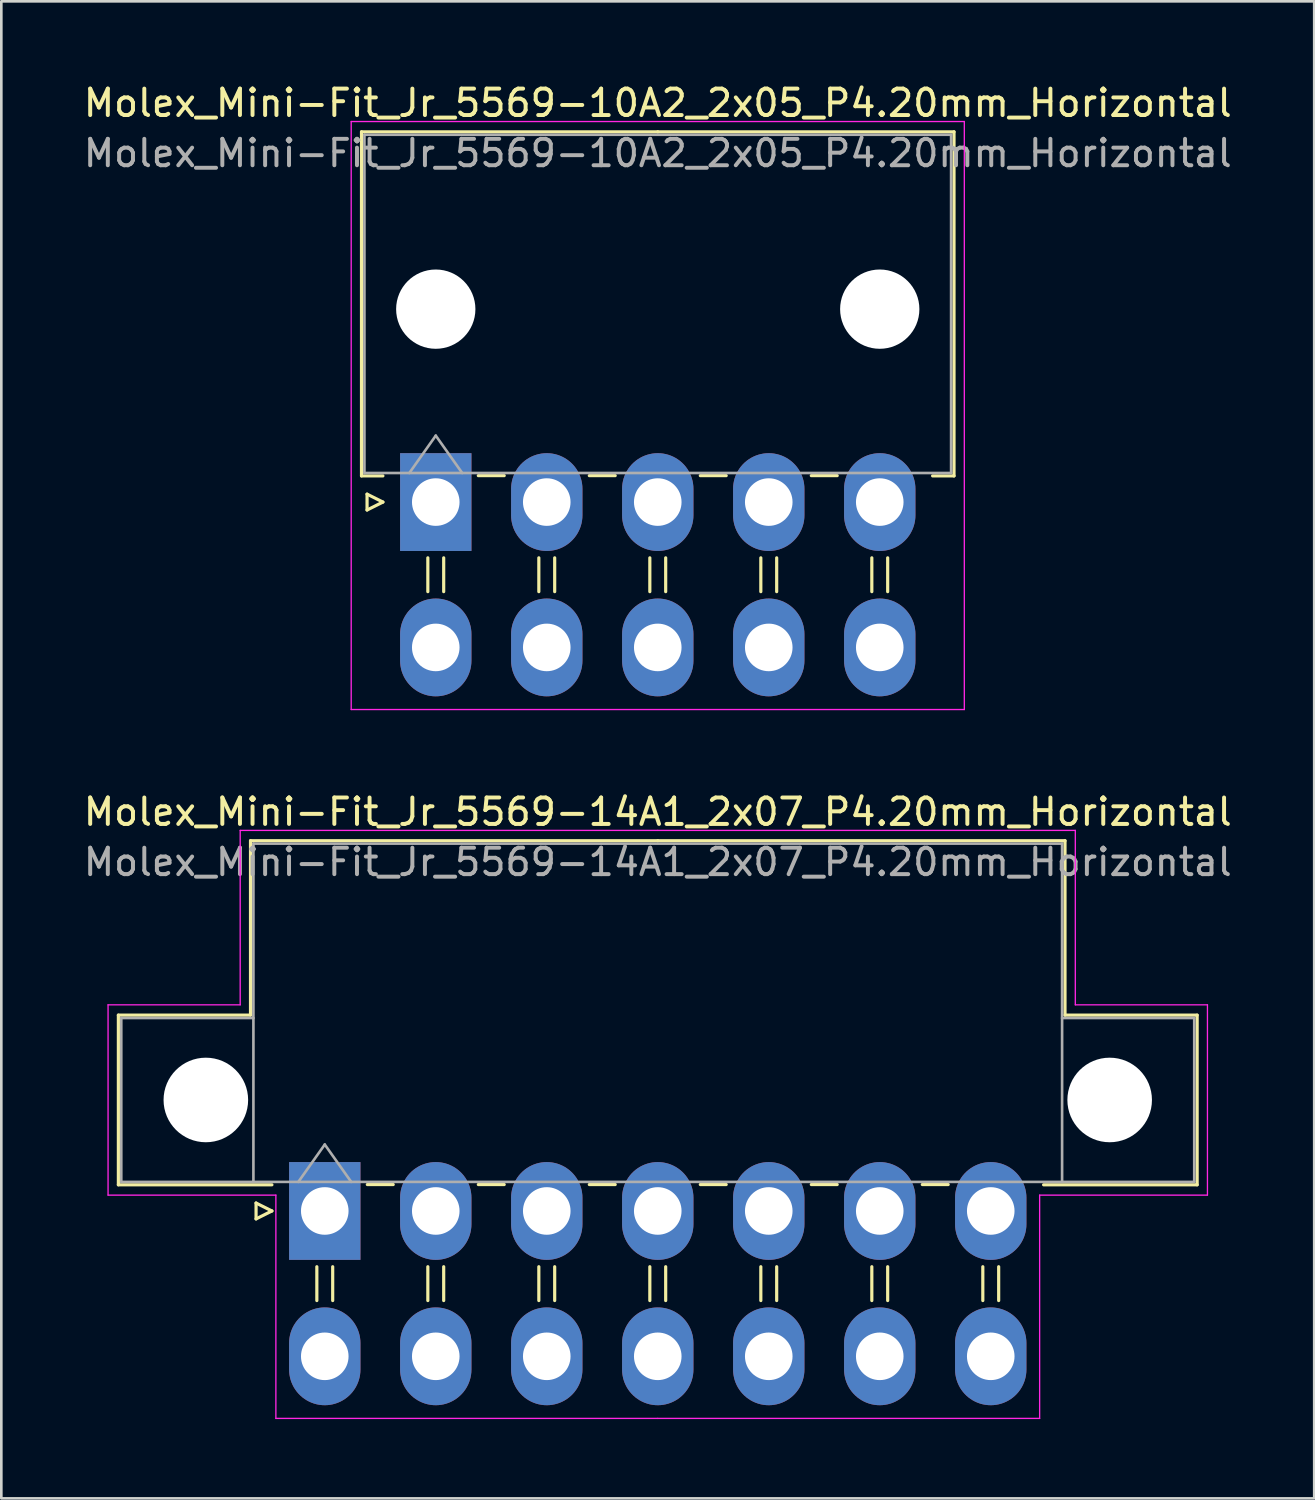
<source format=kicad_pcb>
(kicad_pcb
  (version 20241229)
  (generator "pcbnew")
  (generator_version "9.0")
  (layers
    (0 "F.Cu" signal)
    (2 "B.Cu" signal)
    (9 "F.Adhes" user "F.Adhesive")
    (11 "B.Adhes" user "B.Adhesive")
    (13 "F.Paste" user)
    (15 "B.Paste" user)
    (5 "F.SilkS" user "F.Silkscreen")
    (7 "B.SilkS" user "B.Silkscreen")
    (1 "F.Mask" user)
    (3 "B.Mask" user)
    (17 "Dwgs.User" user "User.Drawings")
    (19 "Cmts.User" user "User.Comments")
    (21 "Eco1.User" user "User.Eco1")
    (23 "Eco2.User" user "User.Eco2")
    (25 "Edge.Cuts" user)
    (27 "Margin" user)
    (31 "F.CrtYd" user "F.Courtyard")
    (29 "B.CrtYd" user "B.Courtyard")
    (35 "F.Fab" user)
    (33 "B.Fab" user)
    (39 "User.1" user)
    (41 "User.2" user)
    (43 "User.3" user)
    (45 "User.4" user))
  (footprint "Molex_Mini-Fit_Jr_5569-14A1_2x07_P4.20mm_Horizontal"
    (layer "F.Cu")
    (at 9.239 42.772)
    (property "Reference" "Molex_Mini-Fit_Jr_5569-14A1_2x07_P4.20mm_Horizontal" (at 12.6 -15.1 0) (layer "F.SilkS") (effects (font (size 1 1) (thickness 0.15))))
    (attr through_hole)
    (fp_line (start -7.81 -7.41) (end -7.81 -0.99) (stroke (width 0.12) (type solid)) (layer "F.SilkS"))
    (fp_line (start -7.81 -0.99) (end -2 -0.99) (stroke (width 0.12) (type solid)) (layer "F.SilkS"))
    (fp_line (start -2.81 -14.01) (end -2.81 -7.41) (stroke (width 0.12) (type solid)) (layer "F.SilkS"))
    (fp_line (start -2.81 -7.41) (end -7.81 -7.41) (stroke (width 0.12) (type solid)) (layer "F.SilkS"))
    (fp_line (start -2.6 -0.3) (end -2 0) (stroke (width 0.12) (type solid)) (layer "F.SilkS"))
    (fp_line (start -2.6 0.3) (end -2.6 -0.3) (stroke (width 0.12) (type solid)) (layer "F.SilkS"))
    (fp_line (start -2 0) (end -2.6 0.3) (stroke (width 0.12) (type solid)) (layer "F.SilkS"))
    (fp_line (start -0.3 2.11) (end -0.3 3.39) (stroke (width 0.12) (type solid)) (layer "F.SilkS"))
    (fp_line (start 0.3 2.11) (end 0.3 3.39) (stroke (width 0.12) (type solid)) (layer "F.SilkS"))
    (fp_line (start 1.61 -1) (end 2.59 -1) (stroke (width 0.12) (type solid)) (layer "F.SilkS"))
    (fp_line (start 3.9 2.11) (end 3.9 3.39) (stroke (width 0.12) (type solid)) (layer "F.SilkS"))
    (fp_line (start 4.5 2.11) (end 4.5 3.39) (stroke (width 0.12) (type solid)) (layer "F.SilkS"))
    (fp_line (start 5.81 -1) (end 6.79 -1) (stroke (width 0.12) (type solid)) (layer "F.SilkS"))
    (fp_line (start 8.1 2.11) (end 8.1 3.39) (stroke (width 0.12) (type solid)) (layer "F.SilkS"))
    (fp_line (start 8.7 2.11) (end 8.7 3.39) (stroke (width 0.12) (type solid)) (layer "F.SilkS"))
    (fp_line (start 10.01 -1) (end 10.99 -1) (stroke (width 0.12) (type solid)) (layer "F.SilkS"))
    (fp_line (start 12.3 2.11) (end 12.3 3.39) (stroke (width 0.12) (type solid)) (layer "F.SilkS"))
    (fp_line (start 12.6 -14.01) (end -2.81 -14.01) (stroke (width 0.12) (type solid)) (layer "F.SilkS"))
    (fp_line (start 12.6 -14.01) (end 28.01 -14.01) (stroke (width 0.12) (type solid)) (layer "F.SilkS"))
    (fp_line (start 12.9 2.11) (end 12.9 3.39) (stroke (width 0.12) (type solid)) (layer "F.SilkS"))
    (fp_line (start 14.21 -1) (end 15.19 -1) (stroke (width 0.12) (type solid)) (layer "F.SilkS"))
    (fp_line (start 16.5 2.11) (end 16.5 3.39) (stroke (width 0.12) (type solid)) (layer "F.SilkS"))
    (fp_line (start 17.1 2.11) (end 17.1 3.39) (stroke (width 0.12) (type solid)) (layer "F.SilkS"))
    (fp_line (start 18.41 -1) (end 19.39 -1) (stroke (width 0.12) (type solid)) (layer "F.SilkS"))
    (fp_line (start 20.7 2.11) (end 20.7 3.39) (stroke (width 0.12) (type solid)) (layer "F.SilkS"))
    (fp_line (start 21.3 2.11) (end 21.3 3.39) (stroke (width 0.12) (type solid)) (layer "F.SilkS"))
    (fp_line (start 22.61 -1) (end 23.59 -1) (stroke (width 0.12) (type solid)) (layer "F.SilkS"))
    (fp_line (start 24.9 2.11) (end 24.9 3.39) (stroke (width 0.12) (type solid)) (layer "F.SilkS"))
    (fp_line (start 25.5 2.11) (end 25.5 3.39) (stroke (width 0.12) (type solid)) (layer "F.SilkS"))
    (fp_line (start 28.01 -14.01) (end 28.01 -7.41) (stroke (width 0.12) (type solid)) (layer "F.SilkS"))
    (fp_line (start 28.01 -7.41) (end 33.01 -7.41) (stroke (width 0.12) (type solid)) (layer "F.SilkS"))
    (fp_line (start 33.01 -7.41) (end 33.01 -0.99) (stroke (width 0.12) (type solid)) (layer "F.SilkS"))
    (fp_line (start 33.01 -0.99) (end 27.2 -0.99) (stroke (width 0.12) (type solid)) (layer "F.SilkS"))
    (fp_line (start -8.2 -7.8) (end -8.2 -0.6) (stroke (width 0.05) (type solid)) (layer "F.CrtYd"))
    (fp_line (start -8.2 -0.6) (end -1.85 -0.6) (stroke (width 0.05) (type solid)) (layer "F.CrtYd"))
    (fp_line (start -3.2 -14.4) (end -3.2 -7.8) (stroke (width 0.05) (type solid)) (layer "F.CrtYd"))
    (fp_line (start -3.2 -7.8) (end -8.2 -7.8) (stroke (width 0.05) (type solid)) (layer "F.CrtYd"))
    (fp_line (start -1.85 -0.6) (end -1.85 7.85) (stroke (width 0.05) (type solid)) (layer "F.CrtYd"))
    (fp_line (start -1.85 7.85) (end 12.6 7.85) (stroke (width 0.05) (type solid)) (layer "F.CrtYd"))
    (fp_line (start 12.6 -14.4) (end -3.2 -14.4) (stroke (width 0.05) (type solid)) (layer "F.CrtYd"))
    (fp_line (start 12.6 -14.4) (end 28.4 -14.4) (stroke (width 0.05) (type solid)) (layer "F.CrtYd"))
    (fp_line (start 27.05 -0.6) (end 27.05 7.85) (stroke (width 0.05) (type solid)) (layer "F.CrtYd"))
    (fp_line (start 27.05 7.85) (end 12.6 7.85) (stroke (width 0.05) (type solid)) (layer "F.CrtYd"))
    (fp_line (start 28.4 -14.4) (end 28.4 -7.8) (stroke (width 0.05) (type solid)) (layer "F.CrtYd"))
    (fp_line (start 28.4 -7.8) (end 33.4 -7.8) (stroke (width 0.05) (type solid)) (layer "F.CrtYd"))
    (fp_line (start 33.4 -7.8) (end 33.4 -0.6) (stroke (width 0.05) (type solid)) (layer "F.CrtYd"))
    (fp_line (start 33.4 -0.6) (end 27.05 -0.6) (stroke (width 0.05) (type solid)) (layer "F.CrtYd"))
    (fp_line (start -7.7 -7.3) (end -7.7 -1.1) (stroke (width 0.1) (type solid)) (layer "F.Fab"))
    (fp_line (start -7.7 -1.1) (end -2.7 -1.1) (stroke (width 0.1) (type solid)) (layer "F.Fab"))
    (fp_line (start -2.7 -13.9) (end -2.7 -1.1) (stroke (width 0.1) (type solid)) (layer "F.Fab"))
    (fp_line (start -2.7 -7.3) (end -7.7 -7.3) (stroke (width 0.1) (type solid)) (layer "F.Fab"))
    (fp_line (start -2.7 -1.1) (end 27.9 -1.1) (stroke (width 0.1) (type solid)) (layer "F.Fab"))
    (fp_line (start -1 -1.1) (end 0 -2.514) (stroke (width 0.1) (type solid)) (layer "F.Fab"))
    (fp_line (start 0 -2.514) (end 1 -1.1) (stroke (width 0.1) (type solid)) (layer "F.Fab"))
    (fp_line (start 27.9 -13.9) (end -2.7 -13.9) (stroke (width 0.1) (type solid)) (layer "F.Fab"))
    (fp_line (start 27.9 -7.3) (end 32.9 -7.3) (stroke (width 0.1) (type solid)) (layer "F.Fab"))
    (fp_line (start 27.9 -1.1) (end 27.9 -13.9) (stroke (width 0.1) (type solid)) (layer "F.Fab"))
    (fp_line (start 32.9 -7.3) (end 32.9 -1.1) (stroke (width 0.1) (type solid)) (layer "F.Fab"))
    (fp_line (start 32.9 -1.1) (end 27.9 -1.1) (stroke (width 0.1) (type solid)) (layer "F.Fab"))
    (fp_text user "${REFERENCE}" (at 12.6 -13.2 0) (layer "F.Fab") (effects (font (size 1 1) (thickness 0.15))))
    (pad "" np_thru_hole circle (at -4.5 -4.2) (size 3.2 3.2) (drill 3.2) (layers "*.Cu" "*.Mask"))
    (pad "" np_thru_hole circle (at 29.7 -4.2) (size 3.2 3.2) (drill 3.2) (layers "*.Cu" "*.Mask"))
    (pad "1" thru_hole rect (at 0 0) (size 2.7 3.7) (drill 1.8) (layers "*.Cu" "*.Mask"))
    (pad "2" thru_hole oval (at 4.2 0) (size 2.7 3.7) (drill 1.8) (layers "*.Cu" "*.Mask"))
    (pad "3" thru_hole oval (at 8.4 0) (size 2.7 3.7) (drill 1.8) (layers "*.Cu" "*.Mask"))
    (pad "4" thru_hole oval (at 12.6 0) (size 2.7 3.7) (drill 1.8) (layers "*.Cu" "*.Mask"))
    (pad "5" thru_hole oval (at 16.8 0) (size 2.7 3.7) (drill 1.8) (layers "*.Cu" "*.Mask"))
    (pad "6" thru_hole oval (at 21 0) (size 2.7 3.7) (drill 1.8) (layers "*.Cu" "*.Mask"))
    (pad "7" thru_hole oval (at 25.2 0) (size 2.7 3.7) (drill 1.8) (layers "*.Cu" "*.Mask"))
    (pad "8" thru_hole oval (at 0 5.5) (size 2.7 3.7) (drill 1.8) (layers "*.Cu" "*.Mask"))
    (pad "9" thru_hole oval (at 4.2 5.5) (size 2.7 3.7) (drill 1.8) (layers "*.Cu" "*.Mask"))
    (pad "10" thru_hole oval (at 8.4 5.5) (size 2.7 3.7) (drill 1.8) (layers "*.Cu" "*.Mask"))
    (pad "11" thru_hole oval (at 12.6 5.5) (size 2.7 3.7) (drill 1.8) (layers "*.Cu" "*.Mask"))
    (pad "12" thru_hole oval (at 16.8 5.5) (size 2.7 3.7) (drill 1.8) (layers "*.Cu" "*.Mask"))
    (pad "13" thru_hole oval (at 21 5.5) (size 2.7 3.7) (drill 1.8) (layers "*.Cu" "*.Mask"))
    (pad "14" thru_hole oval (at 25.2 5.5) (size 2.7 3.7) (drill 1.8) (layers "*.Cu" "*.Mask")))
  (footprint "Molex_Mini-Fit_Jr_5569-10A2_2x05_P4.20mm_Horizontal"
    (layer "F.Cu")
    (at 13.439 15.948)
    (property "Reference" "Molex_Mini-Fit_Jr_5569-10A2_2x05_P4.20mm_Horizontal" (at 8.4 -15.1 0) (layer "F.SilkS") (effects (font (size 1 1) (thickness 0.15))))
    (attr through_hole)
    (fp_line (start -2.81 -14.01) (end 8.4 -14.01) (stroke (width 0.12) (type solid)) (layer "F.SilkS"))
    (fp_line (start -2.81 -0.99) (end -2.81 -14.01) (stroke (width 0.12) (type solid)) (layer "F.SilkS"))
    (fp_line (start -2.6 -0.3) (end -2 0) (stroke (width 0.12) (type solid)) (layer "F.SilkS"))
    (fp_line (start -2.6 0.3) (end -2.6 -0.3) (stroke (width 0.12) (type solid)) (layer "F.SilkS"))
    (fp_line (start -2 -0.99) (end -2.81 -0.99) (stroke (width 0.12) (type solid)) (layer "F.SilkS"))
    (fp_line (start -2 0) (end -2.6 0.3) (stroke (width 0.12) (type solid)) (layer "F.SilkS"))
    (fp_line (start -0.3 2.11) (end -0.3 3.39) (stroke (width 0.12) (type solid)) (layer "F.SilkS"))
    (fp_line (start 0.3 2.11) (end 0.3 3.39) (stroke (width 0.12) (type solid)) (layer "F.SilkS"))
    (fp_line (start 1.61 -1) (end 2.59 -1) (stroke (width 0.12) (type solid)) (layer "F.SilkS"))
    (fp_line (start 3.9 2.11) (end 3.9 3.39) (stroke (width 0.12) (type solid)) (layer "F.SilkS"))
    (fp_line (start 4.5 2.11) (end 4.5 3.39) (stroke (width 0.12) (type solid)) (layer "F.SilkS"))
    (fp_line (start 5.81 -1) (end 6.79 -1) (stroke (width 0.12) (type solid)) (layer "F.SilkS"))
    (fp_line (start 8.1 2.11) (end 8.1 3.39) (stroke (width 0.12) (type solid)) (layer "F.SilkS"))
    (fp_line (start 8.7 2.11) (end 8.7 3.39) (stroke (width 0.12) (type solid)) (layer "F.SilkS"))
    (fp_line (start 10.01 -1) (end 10.99 -1) (stroke (width 0.12) (type solid)) (layer "F.SilkS"))
    (fp_line (start 12.3 2.11) (end 12.3 3.39) (stroke (width 0.12) (type solid)) (layer "F.SilkS"))
    (fp_line (start 12.9 2.11) (end 12.9 3.39) (stroke (width 0.12) (type solid)) (layer "F.SilkS"))
    (fp_line (start 14.21 -1) (end 15.19 -1) (stroke (width 0.12) (type solid)) (layer "F.SilkS"))
    (fp_line (start 16.5 2.11) (end 16.5 3.39) (stroke (width 0.12) (type solid)) (layer "F.SilkS"))
    (fp_line (start 17.1 2.11) (end 17.1 3.39) (stroke (width 0.12) (type solid)) (layer "F.SilkS"))
    (fp_line (start 18.8 -0.99) (end 19.61 -0.99) (stroke (width 0.12) (type solid)) (layer "F.SilkS"))
    (fp_line (start 19.61 -14.01) (end 8.4 -14.01) (stroke (width 0.12) (type solid)) (layer "F.SilkS"))
    (fp_line (start 19.61 -0.99) (end 19.61 -14.01) (stroke (width 0.12) (type solid)) (layer "F.SilkS"))
    (fp_line (start -3.2 -14.4) (end -3.2 7.85) (stroke (width 0.05) (type solid)) (layer "F.CrtYd"))
    (fp_line (start -3.2 7.85) (end 20 7.85) (stroke (width 0.05) (type solid)) (layer "F.CrtYd"))
    (fp_line (start 20 -14.4) (end -3.2 -14.4) (stroke (width 0.05) (type solid)) (layer "F.CrtYd"))
    (fp_line (start 20 7.85) (end 20 -14.4) (stroke (width 0.05) (type solid)) (layer "F.CrtYd"))
    (fp_line (start -2.7 -13.9) (end -2.7 -1.1) (stroke (width 0.1) (type solid)) (layer "F.Fab"))
    (fp_line (start -2.7 -1.1) (end 19.5 -1.1) (stroke (width 0.1) (type solid)) (layer "F.Fab"))
    (fp_line (start -1 -1.1) (end 0 -2.514) (stroke (width 0.1) (type solid)) (layer "F.Fab"))
    (fp_line (start 0 -2.514) (end 1 -1.1) (stroke (width 0.1) (type solid)) (layer "F.Fab"))
    (fp_line (start 19.5 -13.9) (end -2.7 -13.9) (stroke (width 0.1) (type solid)) (layer "F.Fab"))
    (fp_line (start 19.5 -1.1) (end 19.5 -13.9) (stroke (width 0.1) (type solid)) (layer "F.Fab"))
    (fp_text user "${REFERENCE}" (at 8.4 -13.2 0) (layer "F.Fab") (effects (font (size 1 1) (thickness 0.15))))
    (pad "" np_thru_hole circle (at 0 -7.3) (size 3 3) (drill 3) (layers "*.Cu" "*.Mask"))
    (pad "" np_thru_hole circle (at 16.8 -7.3) (size 3 3) (drill 3) (layers "*.Cu" "*.Mask"))
    (pad "1" thru_hole rect (at 0 0) (size 2.7 3.7) (drill 1.8) (layers "*.Cu" "*.Mask"))
    (pad "2" thru_hole oval (at 4.2 0) (size 2.7 3.7) (drill 1.8) (layers "*.Cu" "*.Mask"))
    (pad "3" thru_hole oval (at 8.4 0) (size 2.7 3.7) (drill 1.8) (layers "*.Cu" "*.Mask"))
    (pad "4" thru_hole oval (at 12.6 0) (size 2.7 3.7) (drill 1.8) (layers "*.Cu" "*.Mask"))
    (pad "5" thru_hole oval (at 16.8 0) (size 2.7 3.7) (drill 1.8) (layers "*.Cu" "*.Mask"))
    (pad "6" thru_hole oval (at 0 5.5) (size 2.7 3.7) (drill 1.8) (layers "*.Cu" "*.Mask"))
    (pad "7" thru_hole oval (at 4.2 5.5) (size 2.7 3.7) (drill 1.8) (layers "*.Cu" "*.Mask"))
    (pad "8" thru_hole oval (at 8.4 5.5) (size 2.7 3.7) (drill 1.8) (layers "*.Cu" "*.Mask"))
    (pad "9" thru_hole oval (at 12.6 5.5) (size 2.7 3.7) (drill 1.8) (layers "*.Cu" "*.Mask"))
    (pad "10" thru_hole oval (at 16.8 5.5) (size 2.7 3.7) (drill 1.8) (layers "*.Cu" "*.Mask")))
  (gr_rect
    (start -3 -3)
    (end 46.679 53.647)
    (stroke (width 0.1) (type default))
    (fill no)
    (layer "Edge.Cuts")))
</source>
